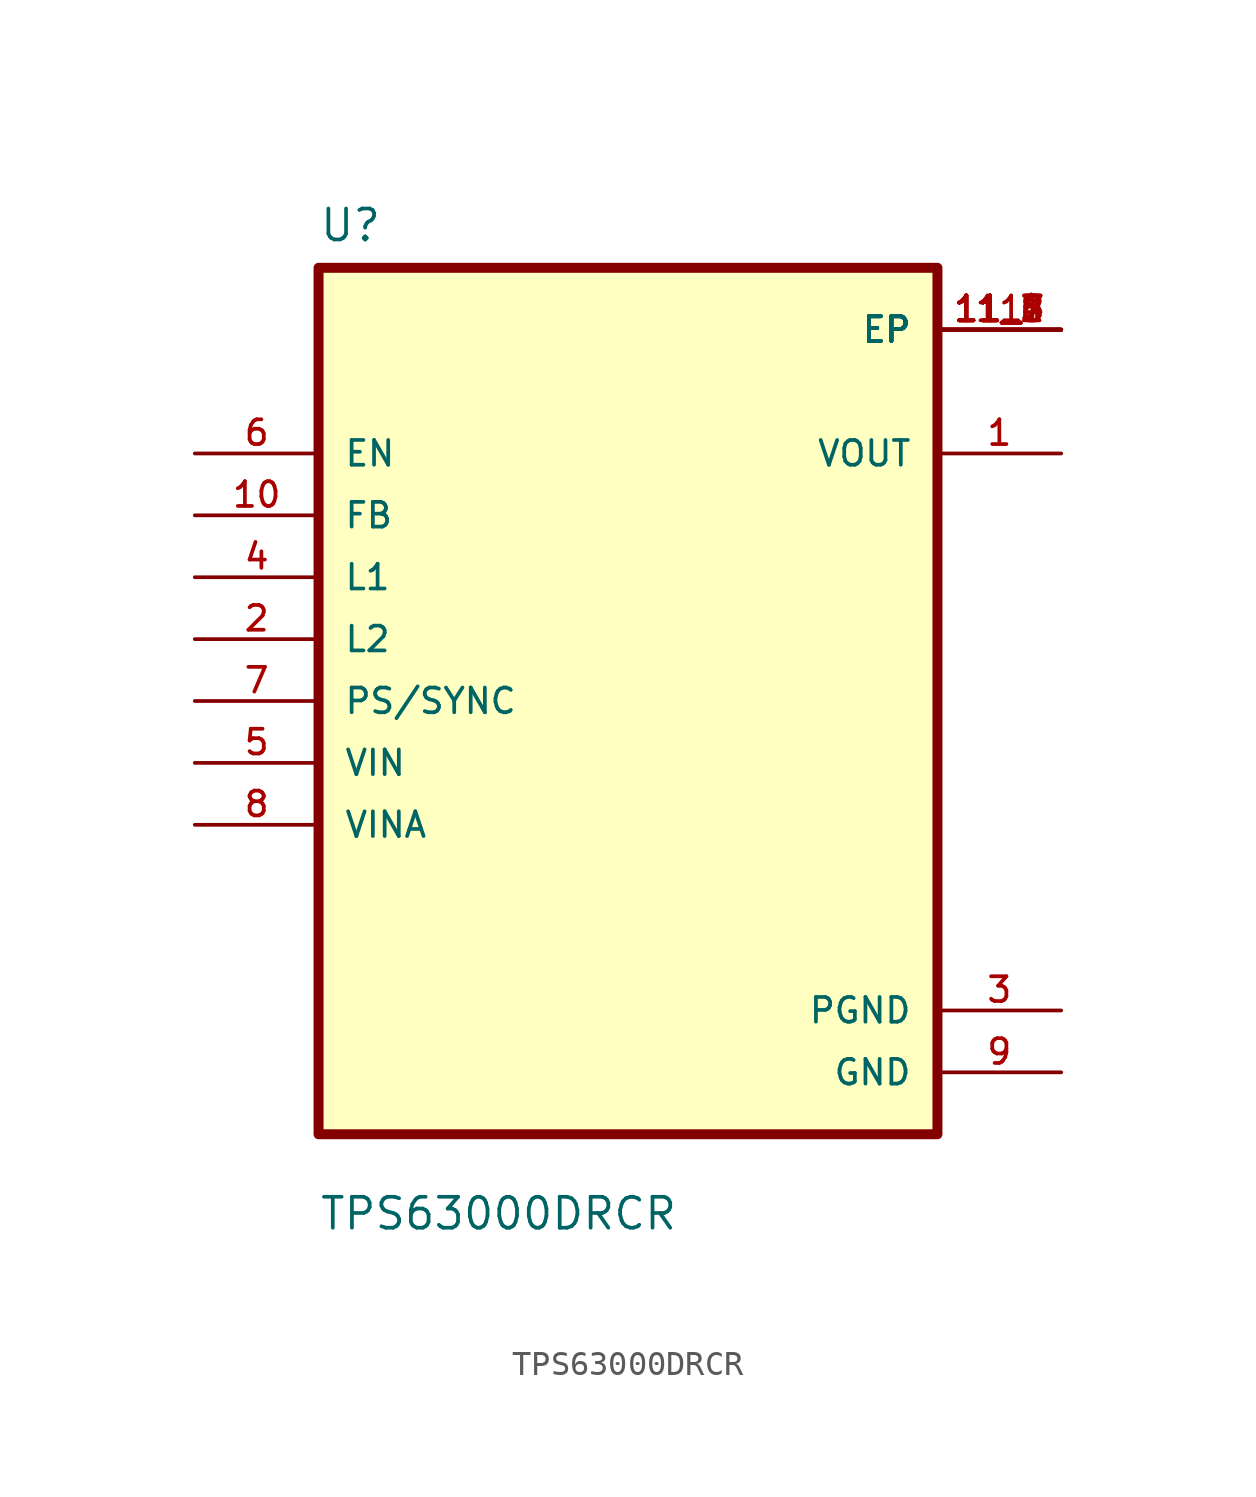
<source format=kicad_sym>
(kicad_symbol_lib
  (version 20211014)
  (generator kicad_symbol_editor)
  (symbol "TPS63000DRCR"
    (pin_names
      (offset 1.016))
    (property "Reference" "U"
      (at -12.7 18.78 0.0)
      (effects (font (size 1.27 1.27)) (justify bottom left)))
    (property "Value" "TPS63000DRCR"
      (at -12.7 -21.78 0.0)
      (effects (font (size 1.27 1.27)) (justify bottom left)))
    (symbol "TPS63000DRCR_0_0"
      (rectangle (start -12.7 -17.78) (end 12.7 17.78) (stroke (width 0.41)) (fill (type background)))
      (pin input line (at -17.78 10.16 0) (length 5.08) (name "EN" (effects (font (size 1.016 1.016)))) (number "6" (effects (font (size 1.016 1.016)))))
      (pin input line (at -17.78 7.62 0) (length 5.08) (name "FB" (effects (font (size 1.016 1.016)))) (number "10" (effects (font (size 1.016 1.016)))))
      (pin input line (at -17.78 5.08 0) (length 5.08) (name "L1" (effects (font (size 1.016 1.016)))) (number "4" (effects (font (size 1.016 1.016)))))
      (pin input line (at -17.78 2.54 0) (length 5.08) (name "L2" (effects (font (size 1.016 1.016)))) (number "2" (effects (font (size 1.016 1.016)))))
      (pin input line (at -17.78 0.0 0) (length 5.08) (name "PS/SYNC" (effects (font (size 1.016 1.016)))) (number "7" (effects (font (size 1.016 1.016)))))
      (pin input line (at -17.78 -2.54 0) (length 5.08) (name "VIN" (effects (font (size 1.016 1.016)))) (number "5" (effects (font (size 1.016 1.016)))))
      (pin input line (at -17.78 -5.08 0) (length 5.08) (name "VINA" (effects (font (size 1.016 1.016)))) (number "8" (effects (font (size 1.016 1.016)))))
      (pin power_in line (at 17.78 15.24 180.0) (length 5.08) (name "EP" (effects (font (size 1.016 1.016)))) (number "11" (effects (font (size 1.016 1.016)))))
      (pin power_in line (at 17.78 15.24 180.0) (length 5.08) (name "EP" (effects (font (size 1.016 1.016)))) (number "11_1" (effects (font (size 1.016 1.016)))))
      (pin power_in line (at 17.78 15.24 180.0) (length 5.08) (name "EP" (effects (font (size 1.016 1.016)))) (number "11_2" (effects (font (size 1.016 1.016)))))
      (pin power_in line (at 17.78 15.24 180.0) (length 5.08) (name "EP" (effects (font (size 1.016 1.016)))) (number "11_3" (effects (font (size 1.016 1.016)))))
      (pin power_in line (at 17.78 15.24 180.0) (length 5.08) (name "EP" (effects (font (size 1.016 1.016)))) (number "11_4" (effects (font (size 1.016 1.016)))))
      (pin power_in line (at 17.78 15.24 180.0) (length 5.08) (name "EP" (effects (font (size 1.016 1.016)))) (number "11_5" (effects (font (size 1.016 1.016)))))
      (pin power_in line (at 17.78 15.24 180.0) (length 5.08) (name "EP" (effects (font (size 1.016 1.016)))) (number "11_6" (effects (font (size 1.016 1.016)))))
      (pin power_in line (at 17.78 15.24 180.0) (length 5.08) (name "EP" (effects (font (size 1.016 1.016)))) (number "11_7" (effects (font (size 1.016 1.016)))))
      (pin power_in line (at 17.78 15.24 180.0) (length 5.08) (name "EP" (effects (font (size 1.016 1.016)))) (number "11_8" (effects (font (size 1.016 1.016)))))
      (pin output line (at 17.78 10.16 180.0) (length 5.08) (name "VOUT" (effects (font (size 1.016 1.016)))) (number "1" (effects (font (size 1.016 1.016)))))
      (pin power_in line (at 17.78 -12.7 180.0) (length 5.08) (name "PGND" (effects (font (size 1.016 1.016)))) (number "3" (effects (font (size 1.016 1.016)))))
      (pin power_in line (at 17.78 -15.24 180.0) (length 5.08) (name "GND" (effects (font (size 1.016 1.016)))) (number "9" (effects (font (size 1.016 1.016))))))))
</source>
